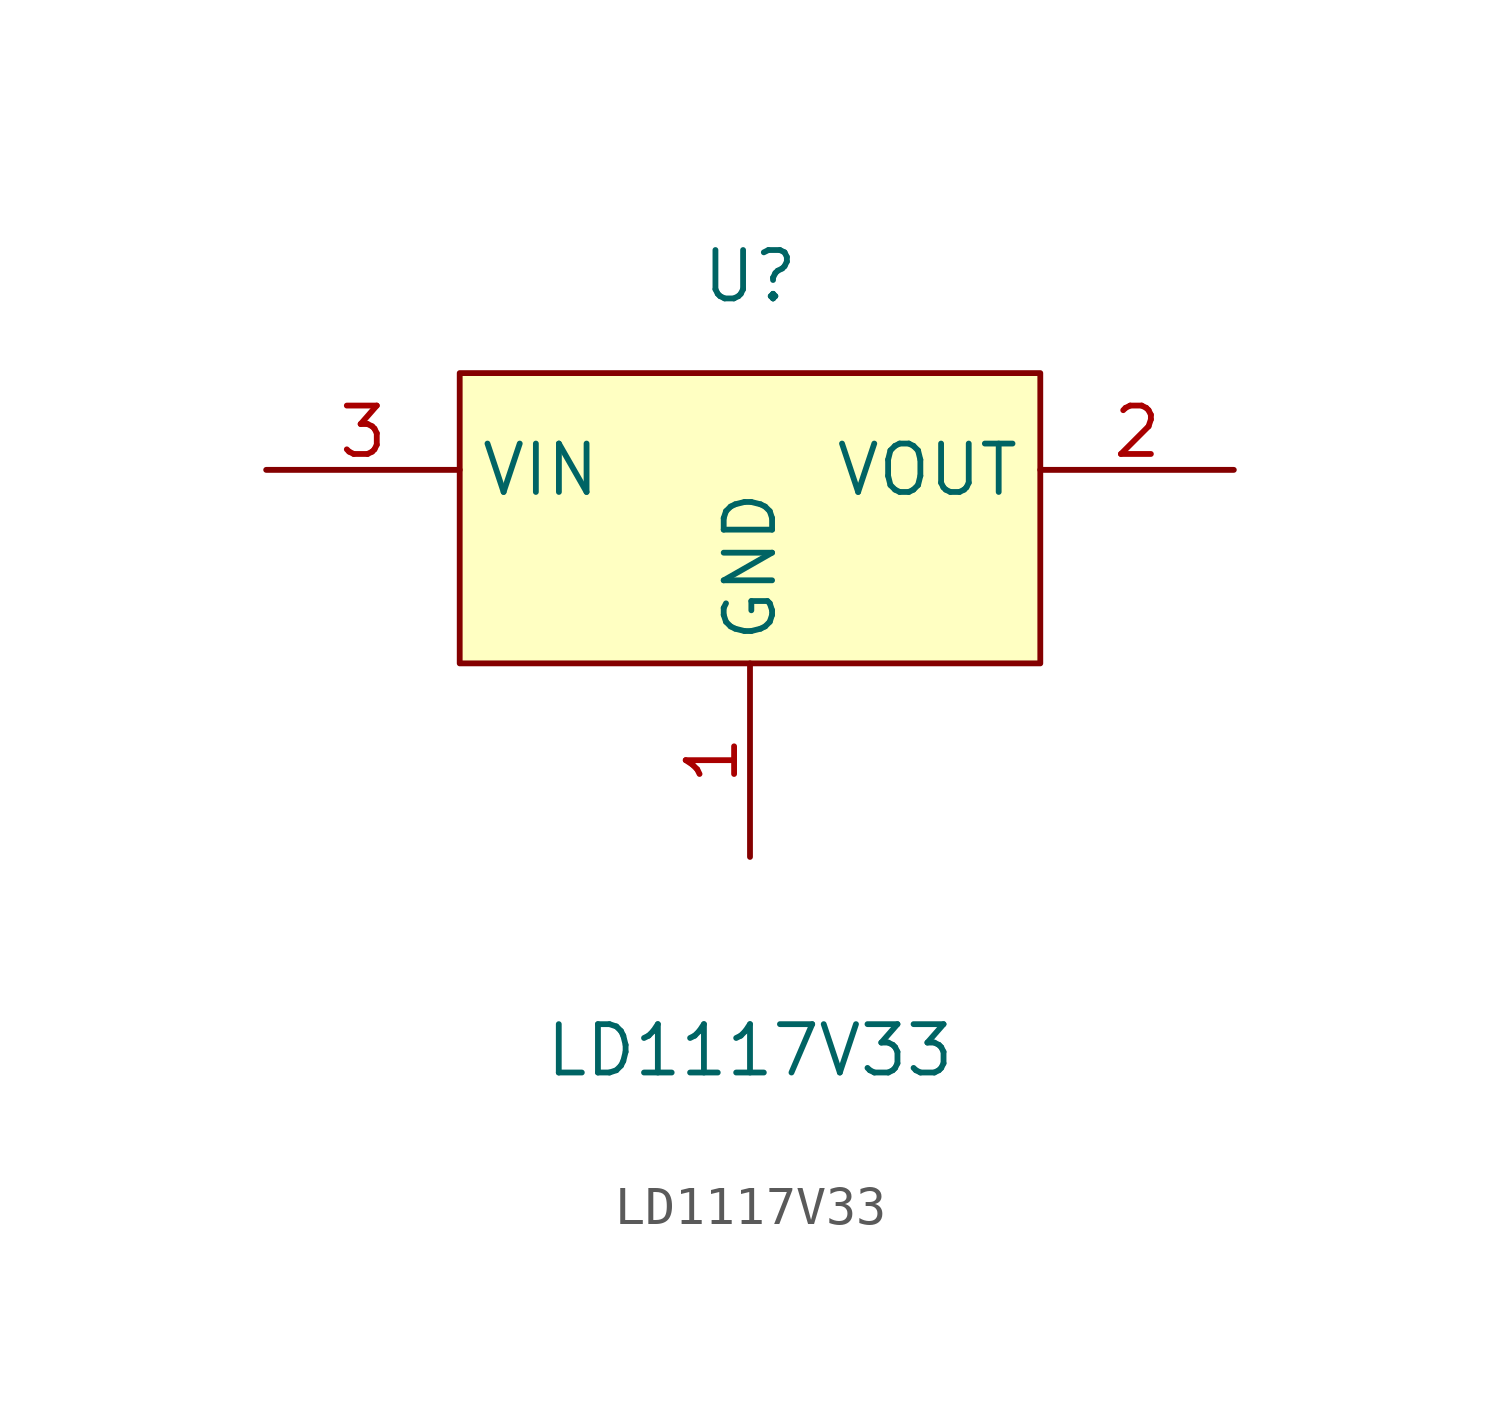
<source format=kicad_sym>
(kicad_symbol_lib
  (version 20211014)
  (generator https://github.com/uPesy/easyeda2kicad.py)
  (symbol "LD1117V33"
    (property "Reference" "U"
      (at 0 10.16 0)
      (effects (font (size 1.27 1.27))))
    (property "Value" "LD1117V33"
      (at 0 -10.16 0)
      (effects (font (size 1.27 1.27))))
    (symbol "LD1117V33_0_1"
      (rectangle (start -7.62 7.62) (end 7.62 0.00) (stroke (width 0) (type default) (color 0 0 0 0)) (fill (type background)))
      (pin power_in line (at -12.70 5.08 0) (length 5.08) (name "VIN" (effects (font (size 1.27 1.27)))) (number "3" (effects (font (size 1.27 1.27)))))
      (pin power_in line (at 12.70 5.08 180) (length 5.08) (name "VOUT" (effects (font (size 1.27 1.27)))) (number "2" (effects (font (size 1.27 1.27)))))
      (pin unspecified line (at 0.00 -5.08 90) (length 5.08) (name "GND" (effects (font (size 1.27 1.27)))) (number "1" (effects (font (size 1.27 1.27))))))))
</source>
